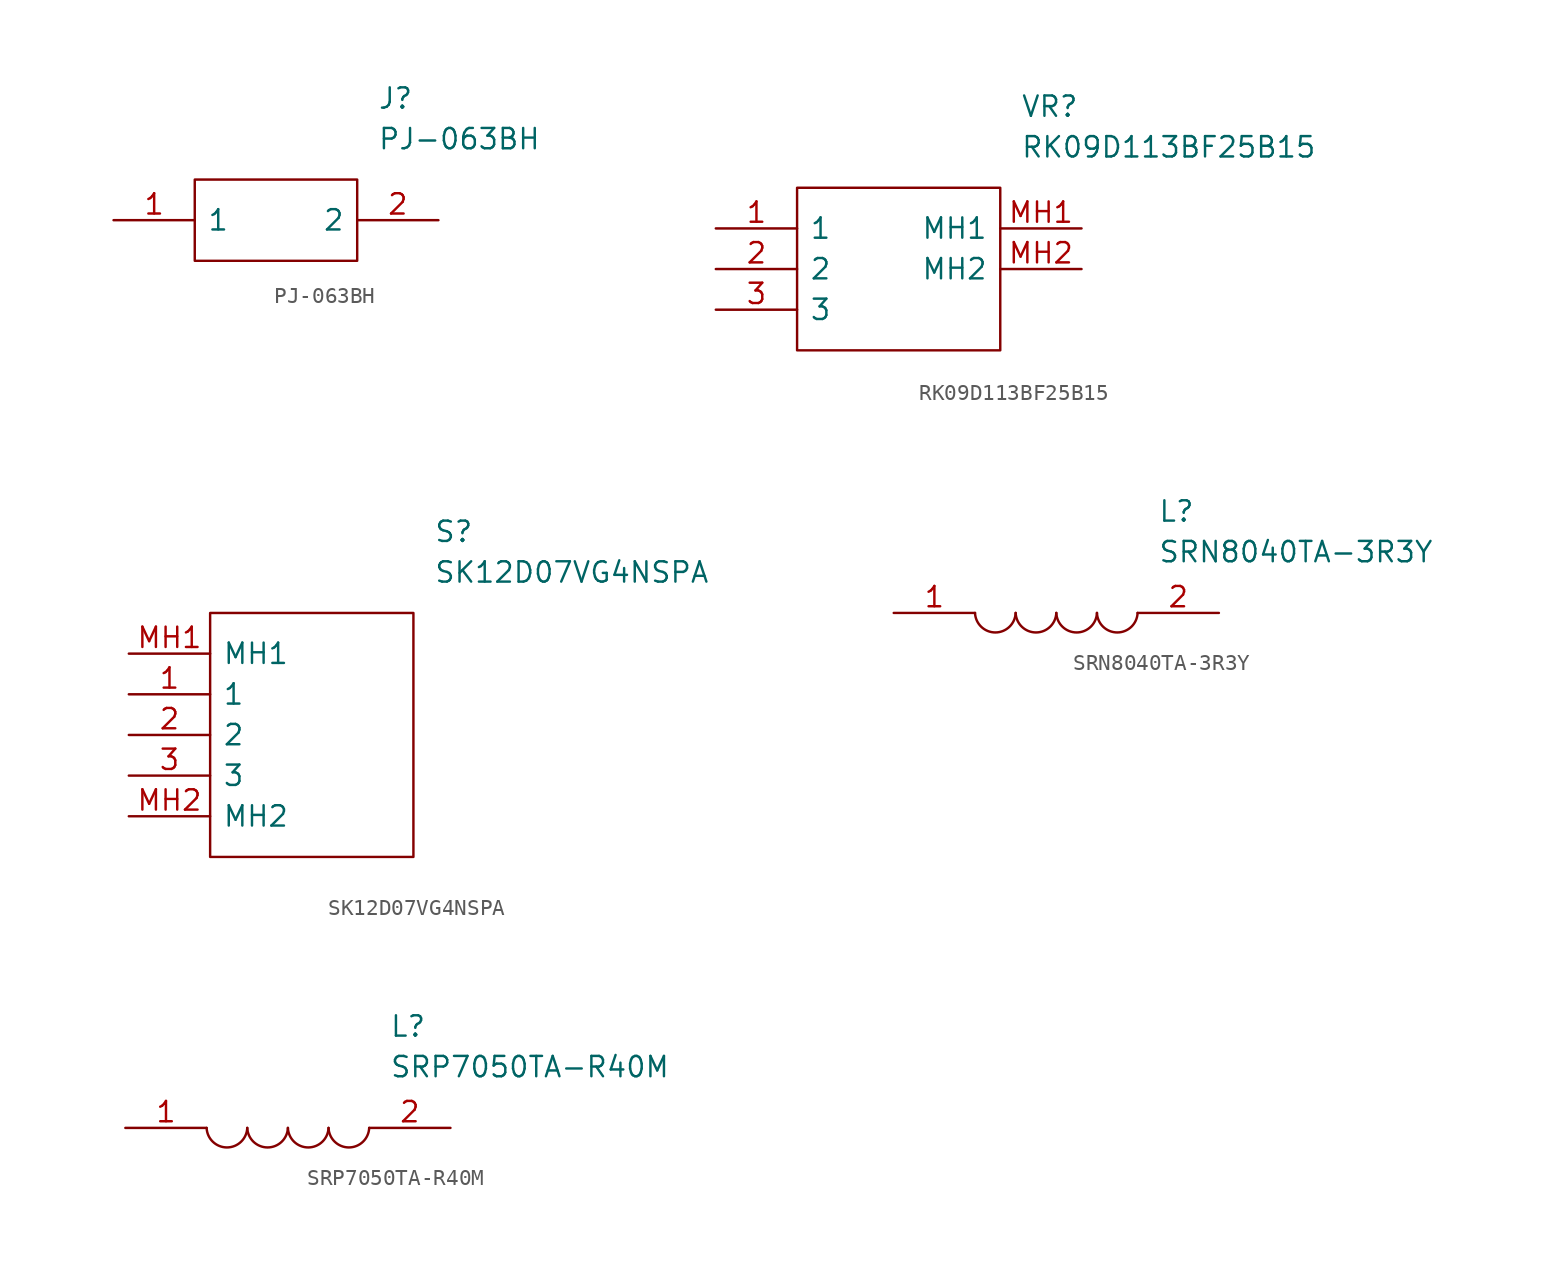
<source format=kicad_sym>
(kicad_symbol_lib
  (version 20211014)
  (generator kicad_symbol_editor)
  (symbol "PJ-063BH"
    (pin_names
      (offset 0.762))
    (property "Reference" "J"
      (at 16.51 7.62 0)
      (effects (font (size 1.27 1.27)) (justify left)))
    (property "Value" "PJ-063BH"
      (at 16.51 5.08 0)
      (effects (font (size 1.27 1.27)) (justify left)))
    (symbol "PJ-063BH_0_0"
      (pin passive line (at 0 0 0) (length 5.08) (name "1" (effects (font (size 1.27 1.27)))) (number "1" (effects (font (size 1.27 1.27)))))
      (pin passive line (at 20.32 0 180) (length 5.08) (name "2" (effects (font (size 1.27 1.27)))) (number "2" (effects (font (size 1.27 1.27))))))
    (symbol "PJ-063BH_0_1"
      (polyline (pts (xy 5.08 2.54) (xy 15.24 2.54) (xy 15.24 -2.54) (xy 5.08 -2.54) (xy 5.08 2.54)) (stroke (width 0.152) (type default) (color 0 0 0 0)) (fill (type none)))))
  (symbol "RK09D113BF25B15"
    (pin_names
      (offset 0.762))
    (property "Reference" "VR"
      (at 19.05 7.62 0)
      (effects (font (size 1.27 1.27)) (justify left)))
    (property "Value" "RK09D113BF25B15"
      (at 19.05 5.08 0)
      (effects (font (size 1.27 1.27)) (justify left)))
    (symbol "RK09D113BF25B15_0_0"
      (pin passive line (at 0 0 0) (length 5.08) (name "1" (effects (font (size 1.27 1.27)))) (number "1" (effects (font (size 1.27 1.27)))))
      (pin passive line (at 0 -2.54 0) (length 5.08) (name "2" (effects (font (size 1.27 1.27)))) (number "2" (effects (font (size 1.27 1.27)))))
      (pin passive line (at 0 -5.08 0) (length 5.08) (name "3" (effects (font (size 1.27 1.27)))) (number "3" (effects (font (size 1.27 1.27)))))
      (pin passive line (at 22.86 0 180) (length 5.08) (name "MH1" (effects (font (size 1.27 1.27)))) (number "MH1" (effects (font (size 1.27 1.27)))))
      (pin passive line (at 22.86 -2.54 180) (length 5.08) (name "MH2" (effects (font (size 1.27 1.27)))) (number "MH2" (effects (font (size 1.27 1.27))))))
    (symbol "RK09D113BF25B15_0_1"
      (polyline (pts (xy 5.08 2.54) (xy 17.78 2.54) (xy 17.78 -7.62) (xy 5.08 -7.62) (xy 5.08 2.54)) (stroke (width 0.152) (type default) (color 0 0 0 0)) (fill (type none)))))
  (symbol "SK12D07VG4NSPA"
    (pin_names
      (offset 0.762))
    (property "Reference" "S"
      (at 19.05 7.62 0)
      (effects (font (size 1.27 1.27)) (justify left)))
    (property "Value" "SK12D07VG4NSPA"
      (at 19.05 5.08 0)
      (effects (font (size 1.27 1.27)) (justify left)))
    (symbol "SK12D07VG4NSPA_0_0"
      (pin passive line (at 0 -2.54 0) (length 5.08) (name "1" (effects (font (size 1.27 1.27)))) (number "1" (effects (font (size 1.27 1.27)))))
      (pin passive line (at 0 -5.08 0) (length 5.08) (name "2" (effects (font (size 1.27 1.27)))) (number "2" (effects (font (size 1.27 1.27)))))
      (pin passive line (at 0 -7.62 0) (length 5.08) (name "3" (effects (font (size 1.27 1.27)))) (number "3" (effects (font (size 1.27 1.27)))))
      (pin passive line (at 0 0 0) (length 5.08) (name "MH1" (effects (font (size 1.27 1.27)))) (number "MH1" (effects (font (size 1.27 1.27)))))
      (pin passive line (at 0 -10.16 0) (length 5.08) (name "MH2" (effects (font (size 1.27 1.27)))) (number "MH2" (effects (font (size 1.27 1.27))))))
    (symbol "SK12D07VG4NSPA_0_1"
      (polyline (pts (xy 5.08 2.54) (xy 17.78 2.54) (xy 17.78 -12.7) (xy 5.08 -12.7) (xy 5.08 2.54)) (stroke (width 0.152) (type default) (color 0 0 0 0)) (fill (type none)))))
  (symbol "SRN8040TA-3R3Y"
    (pin_names
      (offset 0.762))
    (property "Reference" "L"
      (at 16.51 6.35 0)
      (effects (font (size 1.27 1.27)) (justify left)))
    (property "Value" "SRN8040TA-3R3Y"
      (at 16.51 3.81 0)
      (effects (font (size 1.27 1.27)) (justify left)))
    (symbol "SRN8040TA-3R3Y_0_0"
      (pin passive line (at 0 0 0) (length 5.08) (name "~" (effects (font (size 1.27 1.27)))) (number "1" (effects (font (size 1.27 1.27)))))
      (pin passive line (at 20.32 0 180) (length 5.08) (name "~" (effects (font (size 1.27 1.27)))) (number "2" (effects (font (size 1.27 1.27))))))
    (symbol "SRN8040TA-3R3Y_0_1"
      (arc (start 5.08 0) (mid 6.35 -1.3218) (end 7.62 0) (stroke (width 0.1524) (type default) (color 0 0 0 0)) (fill (type none)))
      (arc (start 7.62 0) (mid 8.89 -1.3218) (end 10.16 0) (stroke (width 0.1524) (type default) (color 0 0 0 0)) (fill (type none)))
      (arc (start 10.16 0) (mid 11.43 -1.3218) (end 12.7 0) (stroke (width 0.1524) (type default) (color 0 0 0 0)) (fill (type none)))
      (arc (start 12.7 0) (mid 13.97 -1.3218) (end 15.24 0) (stroke (width 0.1524) (type default) (color 0 0 0 0)) (fill (type none)))))
  (symbol "SRP7050TA-R40M"
    (pin_names
      (offset 0.762))
    (property "Reference" "L"
      (at 16.51 6.35 0)
      (effects (font (size 1.27 1.27)) (justify left)))
    (property "Value" "SRP7050TA-R40M"
      (at 16.51 3.81 0)
      (effects (font (size 1.27 1.27)) (justify left)))
    (symbol "SRP7050TA-R40M_0_0"
      (pin passive line (at 0 0 0) (length 5.08) (name "~" (effects (font (size 1.27 1.27)))) (number "1" (effects (font (size 1.27 1.27)))))
      (pin passive line (at 20.32 0 180) (length 5.08) (name "~" (effects (font (size 1.27 1.27)))) (number "2" (effects (font (size 1.27 1.27))))))
    (symbol "SRP7050TA-R40M_0_1"
      (arc (start 5.08 0) (mid 6.35 -1.3218) (end 7.62 0) (stroke (width 0.1524) (type default) (color 0 0 0 0)) (fill (type none)))
      (arc (start 7.62 0) (mid 8.89 -1.3218) (end 10.16 0) (stroke (width 0.1524) (type default) (color 0 0 0 0)) (fill (type none)))
      (arc (start 10.16 0) (mid 11.43 -1.3218) (end 12.7 0) (stroke (width 0.1524) (type default) (color 0 0 0 0)) (fill (type none)))
      (arc (start 12.7 0) (mid 13.97 -1.3218) (end 15.24 0) (stroke (width 0.1524) (type default) (color 0 0 0 0)) (fill (type none))))))
</source>
